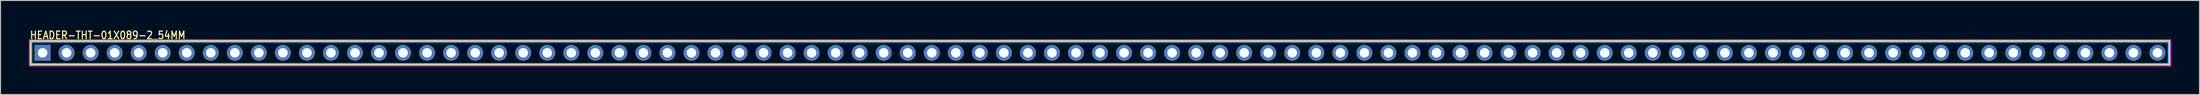
<source format=kicad_pcb>
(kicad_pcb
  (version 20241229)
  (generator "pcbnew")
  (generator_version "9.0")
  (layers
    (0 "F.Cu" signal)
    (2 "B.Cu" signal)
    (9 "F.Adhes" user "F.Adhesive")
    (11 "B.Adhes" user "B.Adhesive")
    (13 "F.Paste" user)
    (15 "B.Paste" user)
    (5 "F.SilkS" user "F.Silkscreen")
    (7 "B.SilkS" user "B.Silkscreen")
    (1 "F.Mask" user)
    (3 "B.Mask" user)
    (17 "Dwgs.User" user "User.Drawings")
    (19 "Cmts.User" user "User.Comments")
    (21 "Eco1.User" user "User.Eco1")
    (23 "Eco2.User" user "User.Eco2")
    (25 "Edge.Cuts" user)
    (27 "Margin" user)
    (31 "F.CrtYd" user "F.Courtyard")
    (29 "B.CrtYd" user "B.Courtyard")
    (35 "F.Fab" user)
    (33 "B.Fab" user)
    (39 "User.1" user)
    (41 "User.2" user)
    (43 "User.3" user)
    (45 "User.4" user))
  (footprint "HEADER-THT-01X089-2_54MM"
    (layer "F.Cu")
    (at 1.447 2.579)
    (property "Reference" "HEADER-THT-01X089-2_54MM" (at -1.4 -1.4 0) (unlocked yes) (layer "F.SilkS") (effects (font (size 0.813 0.695) (thickness 0.122)) (justify left bottom)))
    (fp_line (start -1.27 -1.27) (end -1.27 1.27) (stroke (width 0.127) (type solid)) (layer "F.SilkS"))
    (fp_line (start -1.27 1.27) (end 224.79 1.27) (stroke (width 0.127) (type solid)) (layer "F.SilkS"))
    (fp_line (start 224.79 -1.27) (end -1.27 -1.27) (stroke (width 0.127) (type solid)) (layer "F.SilkS"))
    (fp_line (start 224.79 1.27) (end 224.79 -1.27) (stroke (width 0.127) (type solid)) (layer "F.SilkS"))
    (fp_poly (pts (xy -1.143 -1.143) (xy 224.663 -1.143) (xy 224.663 1.143) (xy -1.143 1.143)) (stroke (width 0.1) (type solid)) (fill no) (layer "B.CrtYd"))
    (fp_poly (pts (xy -1.397 -1.397) (xy 224.917 -1.397) (xy 224.917 1.397) (xy -1.397 1.397)) (stroke (width 0.1) (type solid)) (fill no) (layer "F.CrtYd"))
    (pad "1" thru_hole rect (at 0 0) (size 1.693 1.693) (drill 1.016) (layers "*.Cu" "*.Mask"))
    (pad "2" thru_hole oval (at 2.54 0) (size 1.693 1.693) (drill 1.016) (layers "*.Cu" "*.Mask"))
    (pad "3" thru_hole oval (at 5.08 0) (size 1.693 1.693) (drill 1.016) (layers "*.Cu" "*.Mask"))
    (pad "4" thru_hole oval (at 7.62 0) (size 1.693 1.693) (drill 1.016) (layers "*.Cu" "*.Mask"))
    (pad "5" thru_hole oval (at 10.16 0) (size 1.693 1.693) (drill 1.016) (layers "*.Cu" "*.Mask"))
    (pad "6" thru_hole oval (at 12.7 0) (size 1.693 1.693) (drill 1.016) (layers "*.Cu" "*.Mask"))
    (pad "7" thru_hole oval (at 15.24 0) (size 1.693 1.693) (drill 1.016) (layers "*.Cu" "*.Mask"))
    (pad "8" thru_hole oval (at 17.78 0) (size 1.693 1.693) (drill 1.016) (layers "*.Cu" "*.Mask"))
    (pad "9" thru_hole oval (at 20.32 0) (size 1.693 1.693) (drill 1.016) (layers "*.Cu" "*.Mask"))
    (pad "10" thru_hole oval (at 22.86 0) (size 1.693 1.693) (drill 1.016) (layers "*.Cu" "*.Mask"))
    (pad "11" thru_hole oval (at 25.4 0) (size 1.693 1.693) (drill 1.016) (layers "*.Cu" "*.Mask"))
    (pad "12" thru_hole oval (at 27.94 0) (size 1.693 1.693) (drill 1.016) (layers "*.Cu" "*.Mask"))
    (pad "13" thru_hole oval (at 30.48 0) (size 1.693 1.693) (drill 1.016) (layers "*.Cu" "*.Mask"))
    (pad "14" thru_hole oval (at 33.02 0) (size 1.693 1.693) (drill 1.016) (layers "*.Cu" "*.Mask"))
    (pad "15" thru_hole oval (at 35.56 0) (size 1.693 1.693) (drill 1.016) (layers "*.Cu" "*.Mask"))
    (pad "16" thru_hole oval (at 38.1 0) (size 1.693 1.693) (drill 1.016) (layers "*.Cu" "*.Mask"))
    (pad "17" thru_hole oval (at 40.64 0) (size 1.693 1.693) (drill 1.016) (layers "*.Cu" "*.Mask"))
    (pad "18" thru_hole oval (at 43.18 0) (size 1.693 1.693) (drill 1.016) (layers "*.Cu" "*.Mask"))
    (pad "19" thru_hole oval (at 45.72 0) (size 1.693 1.693) (drill 1.016) (layers "*.Cu" "*.Mask"))
    (pad "20" thru_hole oval (at 48.26 0) (size 1.693 1.693) (drill 1.016) (layers "*.Cu" "*.Mask"))
    (pad "21" thru_hole oval (at 50.8 0) (size 1.693 1.693) (drill 1.016) (layers "*.Cu" "*.Mask"))
    (pad "22" thru_hole oval (at 53.34 0) (size 1.693 1.693) (drill 1.016) (layers "*.Cu" "*.Mask"))
    (pad "23" thru_hole oval (at 55.88 0) (size 1.693 1.693) (drill 1.016) (layers "*.Cu" "*.Mask"))
    (pad "24" thru_hole oval (at 58.42 0) (size 1.693 1.693) (drill 1.016) (layers "*.Cu" "*.Mask"))
    (pad "25" thru_hole oval (at 60.96 0) (size 1.693 1.693) (drill 1.016) (layers "*.Cu" "*.Mask"))
    (pad "26" thru_hole oval (at 63.5 0) (size 1.693 1.693) (drill 1.016) (layers "*.Cu" "*.Mask"))
    (pad "27" thru_hole oval (at 66.04 0) (size 1.693 1.693) (drill 1.016) (layers "*.Cu" "*.Mask"))
    (pad "28" thru_hole oval (at 68.58 0) (size 1.693 1.693) (drill 1.016) (layers "*.Cu" "*.Mask"))
    (pad "29" thru_hole oval (at 71.12 0) (size 1.693 1.693) (drill 1.016) (layers "*.Cu" "*.Mask"))
    (pad "30" thru_hole oval (at 73.66 0) (size 1.693 1.693) (drill 1.016) (layers "*.Cu" "*.Mask"))
    (pad "31" thru_hole oval (at 76.2 0) (size 1.693 1.693) (drill 1.016) (layers "*.Cu" "*.Mask"))
    (pad "32" thru_hole oval (at 78.74 0) (size 1.693 1.693) (drill 1.016) (layers "*.Cu" "*.Mask"))
    (pad "33" thru_hole oval (at 81.28 0) (size 1.693 1.693) (drill 1.016) (layers "*.Cu" "*.Mask"))
    (pad "34" thru_hole oval (at 83.82 0) (size 1.693 1.693) (drill 1.016) (layers "*.Cu" "*.Mask"))
    (pad "35" thru_hole oval (at 86.36 0) (size 1.693 1.693) (drill 1.016) (layers "*.Cu" "*.Mask"))
    (pad "36" thru_hole oval (at 88.9 0) (size 1.693 1.693) (drill 1.016) (layers "*.Cu" "*.Mask"))
    (pad "37" thru_hole oval (at 91.44 0) (size 1.693 1.693) (drill 1.016) (layers "*.Cu" "*.Mask"))
    (pad "38" thru_hole oval (at 93.98 0) (size 1.693 1.693) (drill 1.016) (layers "*.Cu" "*.Mask"))
    (pad "39" thru_hole oval (at 96.52 0) (size 1.693 1.693) (drill 1.016) (layers "*.Cu" "*.Mask"))
    (pad "40" thru_hole oval (at 99.06 0) (size 1.693 1.693) (drill 1.016) (layers "*.Cu" "*.Mask"))
    (pad "41" thru_hole oval (at 101.6 0) (size 1.693 1.693) (drill 1.016) (layers "*.Cu" "*.Mask"))
    (pad "42" thru_hole oval (at 104.14 0) (size 1.693 1.693) (drill 1.016) (layers "*.Cu" "*.Mask"))
    (pad "43" thru_hole oval (at 106.68 0) (size 1.693 1.693) (drill 1.016) (layers "*.Cu" "*.Mask"))
    (pad "44" thru_hole oval (at 109.22 0) (size 1.693 1.693) (drill 1.016) (layers "*.Cu" "*.Mask"))
    (pad "45" thru_hole oval (at 111.76 0) (size 1.693 1.693) (drill 1.016) (layers "*.Cu" "*.Mask"))
    (pad "46" thru_hole oval (at 114.3 0) (size 1.693 1.693) (drill 1.016) (layers "*.Cu" "*.Mask"))
    (pad "47" thru_hole oval (at 116.84 0) (size 1.693 1.693) (drill 1.016) (layers "*.Cu" "*.Mask"))
    (pad "48" thru_hole oval (at 119.38 0) (size 1.693 1.693) (drill 1.016) (layers "*.Cu" "*.Mask"))
    (pad "49" thru_hole oval (at 121.92 0) (size 1.693 1.693) (drill 1.016) (layers "*.Cu" "*.Mask"))
    (pad "50" thru_hole oval (at 124.46 0) (size 1.693 1.693) (drill 1.016) (layers "*.Cu" "*.Mask"))
    (pad "51" thru_hole oval (at 127 0) (size 1.693 1.693) (drill 1.016) (layers "*.Cu" "*.Mask"))
    (pad "52" thru_hole oval (at 129.54 0) (size 1.693 1.693) (drill 1.016) (layers "*.Cu" "*.Mask"))
    (pad "53" thru_hole oval (at 132.08 0) (size 1.693 1.693) (drill 1.016) (layers "*.Cu" "*.Mask"))
    (pad "54" thru_hole oval (at 134.62 0) (size 1.693 1.693) (drill 1.016) (layers "*.Cu" "*.Mask"))
    (pad "55" thru_hole oval (at 137.16 0) (size 1.693 1.693) (drill 1.016) (layers "*.Cu" "*.Mask"))
    (pad "56" thru_hole oval (at 139.7 0) (size 1.693 1.693) (drill 1.016) (layers "*.Cu" "*.Mask"))
    (pad "57" thru_hole oval (at 142.24 0) (size 1.693 1.693) (drill 1.016) (layers "*.Cu" "*.Mask"))
    (pad "58" thru_hole oval (at 144.78 0) (size 1.693 1.693) (drill 1.016) (layers "*.Cu" "*.Mask"))
    (pad "59" thru_hole oval (at 147.32 0) (size 1.693 1.693) (drill 1.016) (layers "*.Cu" "*.Mask"))
    (pad "60" thru_hole oval (at 149.86 0) (size 1.693 1.693) (drill 1.016) (layers "*.Cu" "*.Mask"))
    (pad "61" thru_hole oval (at 152.4 0) (size 1.693 1.693) (drill 1.016) (layers "*.Cu" "*.Mask"))
    (pad "62" thru_hole oval (at 154.94 0) (size 1.693 1.693) (drill 1.016) (layers "*.Cu" "*.Mask"))
    (pad "63" thru_hole oval (at 157.48 0) (size 1.693 1.693) (drill 1.016) (layers "*.Cu" "*.Mask"))
    (pad "64" thru_hole oval (at 160.02 0) (size 1.693 1.693) (drill 1.016) (layers "*.Cu" "*.Mask"))
    (pad "65" thru_hole oval (at 162.56 0) (size 1.693 1.693) (drill 1.016) (layers "*.Cu" "*.Mask"))
    (pad "66" thru_hole oval (at 165.1 0) (size 1.693 1.693) (drill 1.016) (layers "*.Cu" "*.Mask"))
    (pad "67" thru_hole oval (at 167.64 0) (size 1.693 1.693) (drill 1.016) (layers "*.Cu" "*.Mask"))
    (pad "68" thru_hole oval (at 170.18 0) (size 1.693 1.693) (drill 1.016) (layers "*.Cu" "*.Mask"))
    (pad "69" thru_hole oval (at 172.72 0) (size 1.693 1.693) (drill 1.016) (layers "*.Cu" "*.Mask"))
    (pad "70" thru_hole oval (at 175.26 0) (size 1.693 1.693) (drill 1.016) (layers "*.Cu" "*.Mask"))
    (pad "71" thru_hole oval (at 177.8 0) (size 1.693 1.693) (drill 1.016) (layers "*.Cu" "*.Mask"))
    (pad "72" thru_hole oval (at 180.34 0) (size 1.693 1.693) (drill 1.016) (layers "*.Cu" "*.Mask"))
    (pad "73" thru_hole oval (at 182.88 0) (size 1.693 1.693) (drill 1.016) (layers "*.Cu" "*.Mask"))
    (pad "74" thru_hole oval (at 185.42 0) (size 1.693 1.693) (drill 1.016) (layers "*.Cu" "*.Mask"))
    (pad "75" thru_hole oval (at 187.96 0) (size 1.693 1.693) (drill 1.016) (layers "*.Cu" "*.Mask"))
    (pad "76" thru_hole oval (at 190.5 0) (size 1.693 1.693) (drill 1.016) (layers "*.Cu" "*.Mask"))
    (pad "77" thru_hole oval (at 193.04 0) (size 1.693 1.693) (drill 1.016) (layers "*.Cu" "*.Mask"))
    (pad "78" thru_hole oval (at 195.58 0) (size 1.693 1.693) (drill 1.016) (layers "*.Cu" "*.Mask"))
    (pad "79" thru_hole oval (at 198.12 0) (size 1.693 1.693) (drill 1.016) (layers "*.Cu" "*.Mask"))
    (pad "80" thru_hole oval (at 200.66 0) (size 1.693 1.693) (drill 1.016) (layers "*.Cu" "*.Mask"))
    (pad "81" thru_hole oval (at 203.2 0) (size 1.693 1.693) (drill 1.016) (layers "*.Cu" "*.Mask"))
    (pad "82" thru_hole oval (at 205.74 0) (size 1.693 1.693) (drill 1.016) (layers "*.Cu" "*.Mask"))
    (pad "83" thru_hole oval (at 208.28 0) (size 1.693 1.693) (drill 1.016) (layers "*.Cu" "*.Mask"))
    (pad "84" thru_hole oval (at 210.82 0) (size 1.693 1.693) (drill 1.016) (layers "*.Cu" "*.Mask"))
    (pad "85" thru_hole oval (at 213.36 0) (size 1.693 1.693) (drill 1.016) (layers "*.Cu" "*.Mask"))
    (pad "86" thru_hole oval (at 215.9 0) (size 1.693 1.693) (drill 1.016) (layers "*.Cu" "*.Mask"))
    (pad "87" thru_hole oval (at 218.44 0) (size 1.693 1.693) (drill 1.016) (layers "*.Cu" "*.Mask"))
    (pad "88" thru_hole oval (at 220.98 0) (size 1.693 1.693) (drill 1.016) (layers "*.Cu" "*.Mask"))
    (pad "89" thru_hole oval (at 223.52 0) (size 1.693 1.693) (drill 1.016) (layers "*.Cu" "*.Mask")))
  (gr_rect
    (start -3 -3)
    (end 229.414 7.026)
    (stroke (width 0.1) (type default))
    (fill no)
    (layer "Edge.Cuts")))
</source>
